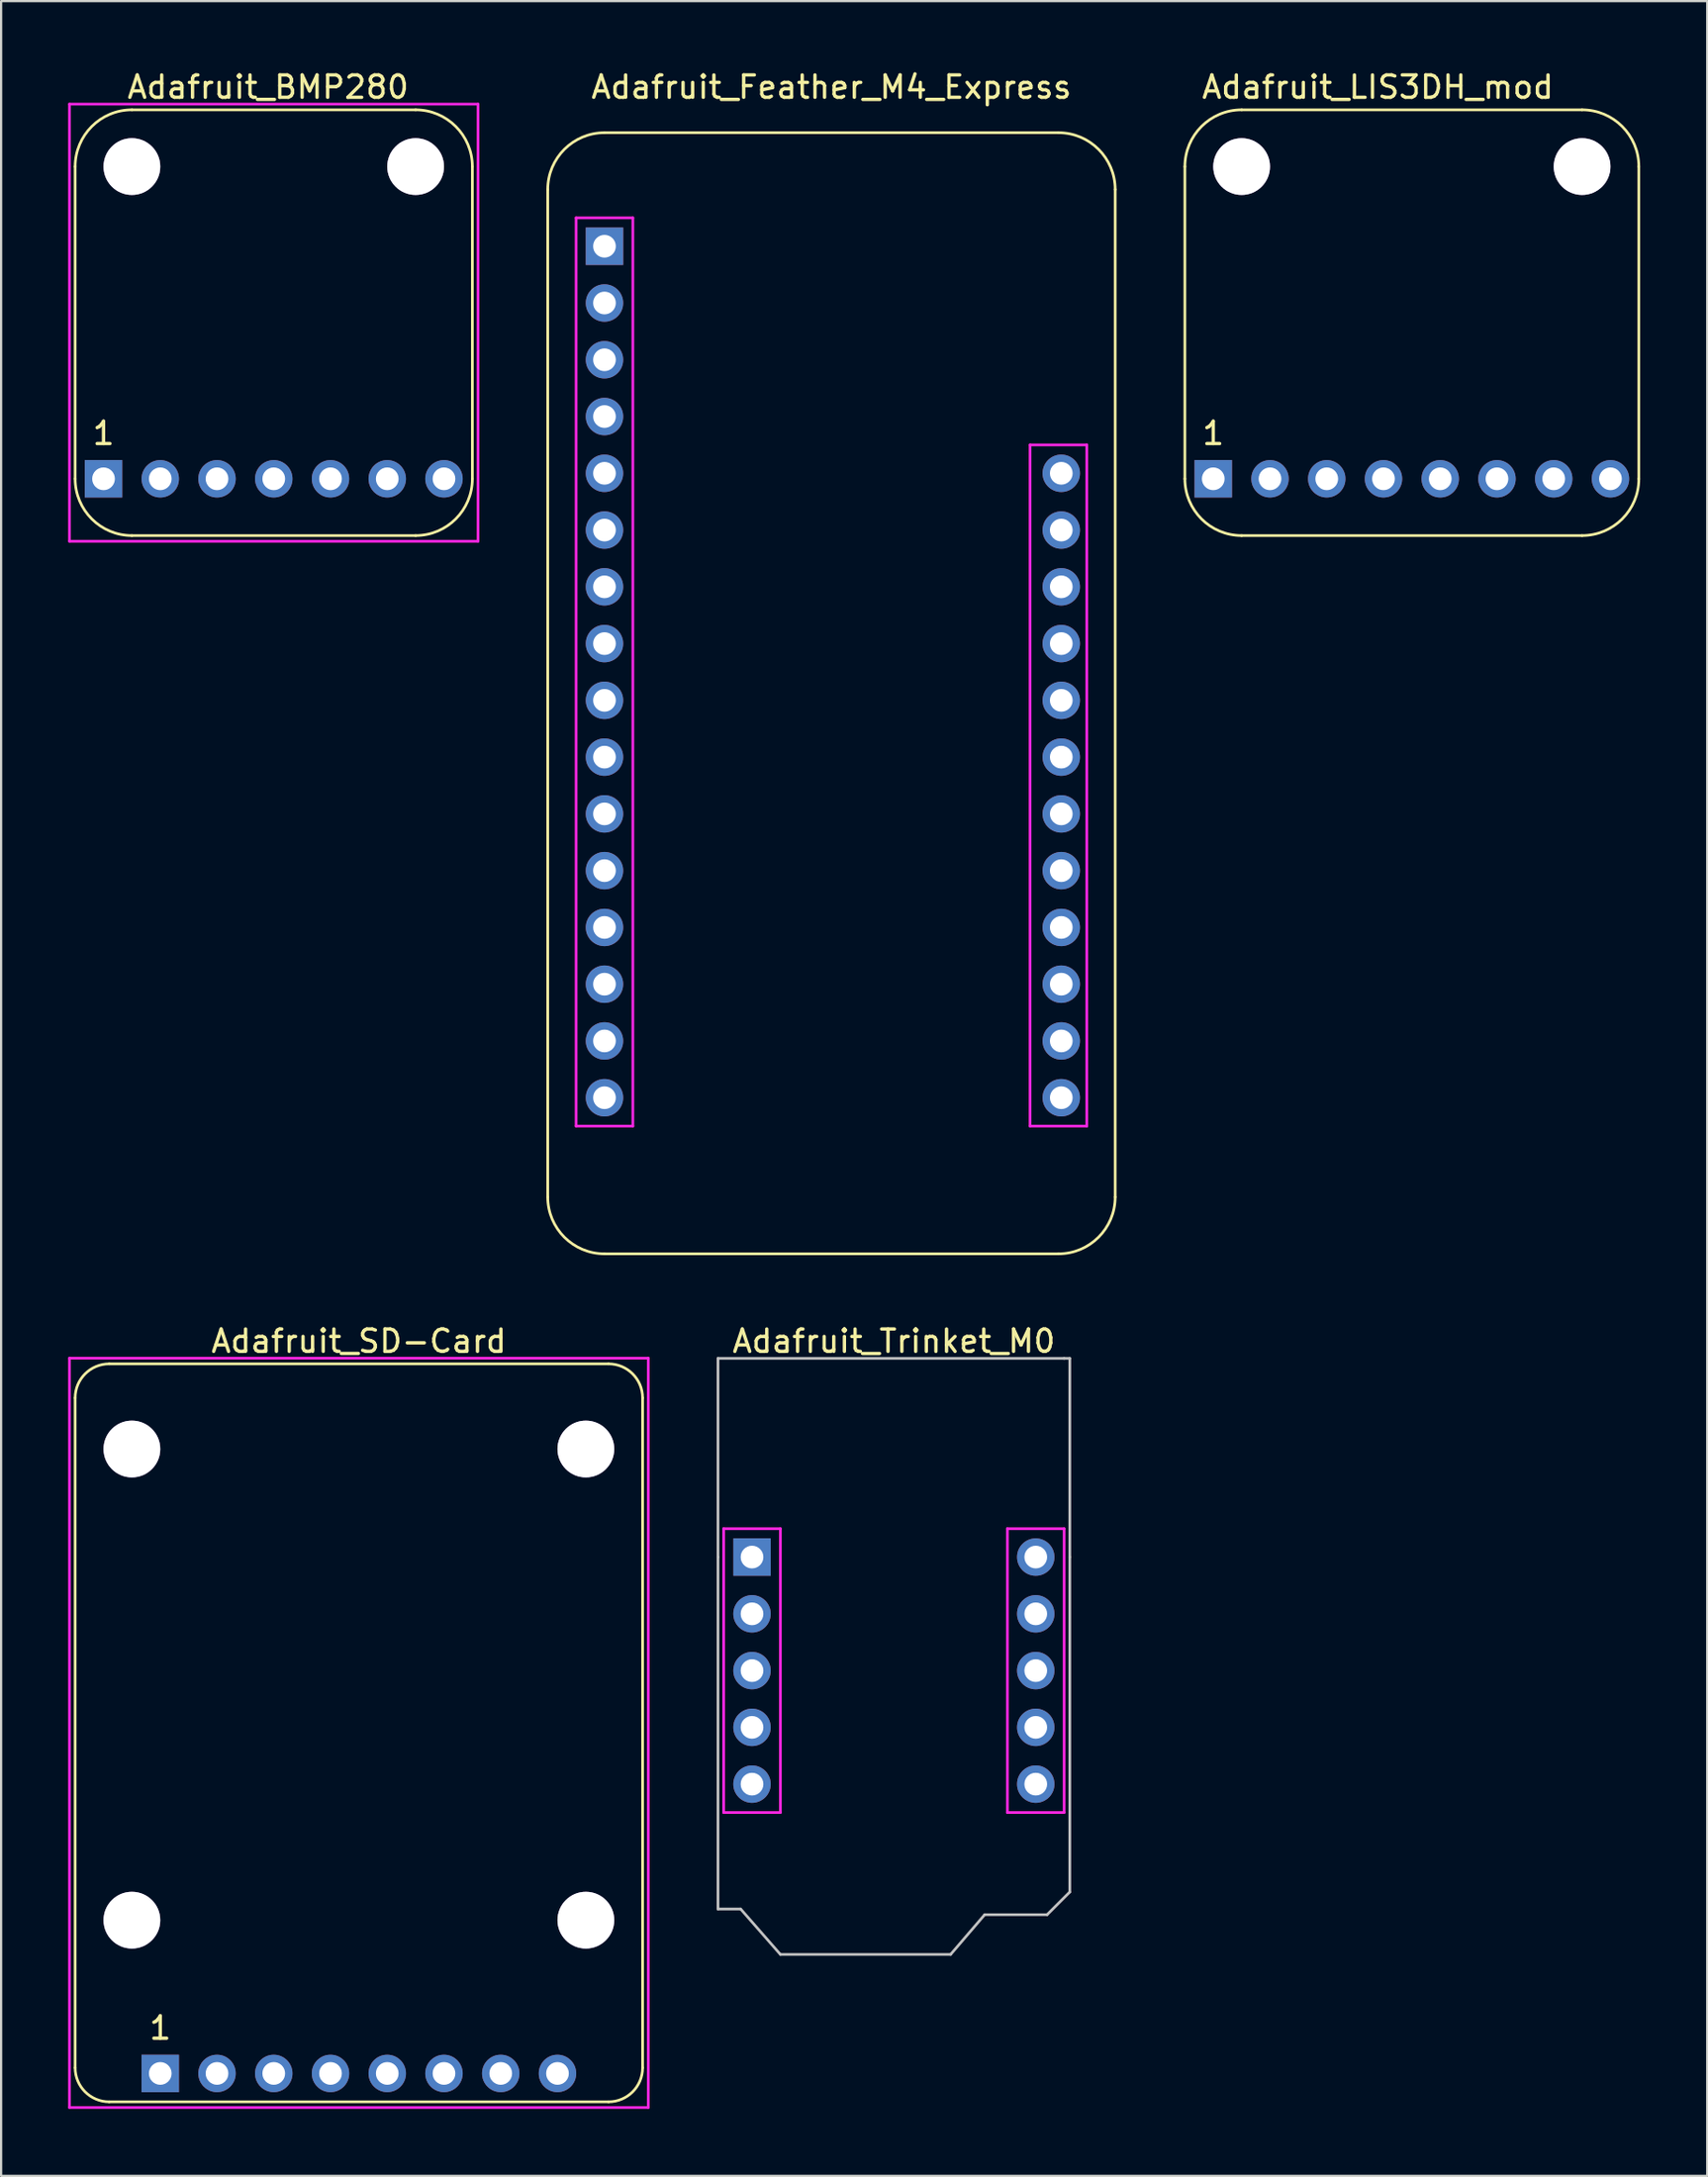
<source format=kicad_pcb>
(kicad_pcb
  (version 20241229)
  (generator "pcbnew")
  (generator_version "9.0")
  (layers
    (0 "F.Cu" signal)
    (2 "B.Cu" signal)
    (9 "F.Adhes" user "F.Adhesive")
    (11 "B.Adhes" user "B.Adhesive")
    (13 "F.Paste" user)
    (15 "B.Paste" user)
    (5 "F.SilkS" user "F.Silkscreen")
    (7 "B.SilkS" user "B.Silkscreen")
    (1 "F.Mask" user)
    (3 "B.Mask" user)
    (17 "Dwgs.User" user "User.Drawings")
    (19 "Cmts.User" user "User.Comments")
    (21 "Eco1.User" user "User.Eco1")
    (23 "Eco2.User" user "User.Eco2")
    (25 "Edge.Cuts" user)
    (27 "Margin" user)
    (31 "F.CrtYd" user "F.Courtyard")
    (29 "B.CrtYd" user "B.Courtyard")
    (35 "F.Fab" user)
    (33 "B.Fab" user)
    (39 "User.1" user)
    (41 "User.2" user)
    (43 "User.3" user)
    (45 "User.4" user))
  (footprint "Adafruit_Trinket_M0"
    (layer "F.Cu")
    (at 36.962 56.462)
    (property "Reference" "Adafruit_Trinket_M0" (at 0 0.5 0) (layer "F.SilkS") (effects (font (size 1 1) (thickness 0.15))))
    (attr through_hole)
    (fp_line (start -7.874 1.27) (end 7.62 1.27) (stroke (width 0.12) (type solid)) (layer "Dwgs.User"))
    (fp_line (start -7.874 10.16) (end -7.874 1.27) (stroke (width 0.12) (type solid)) (layer "Dwgs.User"))
    (fp_line (start -7.874 25.908) (end -7.874 10.16) (stroke (width 0.12) (type solid)) (layer "Dwgs.User"))
    (fp_line (start -6.858 25.908) (end -7.874 25.908) (stroke (width 0.12) (type solid)) (layer "Dwgs.User"))
    (fp_line (start -5.08 27.94) (end -6.858 25.908) (stroke (width 0.12) (type solid)) (layer "Dwgs.User"))
    (fp_line (start -5.08 27.94) (end 2.54 27.94) (stroke (width 0.12) (type solid)) (layer "Dwgs.User"))
    (fp_line (start 2.54 27.94) (end 4.064 26.162) (stroke (width 0.12) (type solid)) (layer "Dwgs.User"))
    (fp_line (start 4.064 26.162) (end 6.858 26.162) (stroke (width 0.12) (type solid)) (layer "Dwgs.User"))
    (fp_line (start 6.858 26.162) (end 7.874 25.146) (stroke (width 0.12) (type solid)) (layer "Dwgs.User"))
    (fp_line (start 7.62 1.27) (end 7.874 1.27) (stroke (width 0.12) (type solid)) (layer "Dwgs.User"))
    (fp_line (start 7.874 1.27) (end 7.874 10.16) (stroke (width 0.12) (type solid)) (layer "Dwgs.User"))
    (fp_line (start 7.874 25.146) (end 7.874 10.16) (stroke (width 0.12) (type solid)) (layer "Dwgs.User"))
    (fp_line (start -7.62 8.89) (end -5.08 8.89) (stroke (width 0.12) (type solid)) (layer "F.CrtYd"))
    (fp_line (start -7.62 21.59) (end -7.62 8.89) (stroke (width 0.12) (type solid)) (layer "F.CrtYd"))
    (fp_line (start -5.08 8.89) (end -5.08 21.59) (stroke (width 0.12) (type solid)) (layer "F.CrtYd"))
    (fp_line (start -5.08 21.59) (end -7.62 21.59) (stroke (width 0.12) (type solid)) (layer "F.CrtYd"))
    (fp_line (start 5.08 8.89) (end 7.62 8.89) (stroke (width 0.12) (type solid)) (layer "F.CrtYd"))
    (fp_line (start 5.08 21.59) (end 5.08 8.89) (stroke (width 0.12) (type solid)) (layer "F.CrtYd"))
    (fp_line (start 7.62 8.89) (end 7.62 21.59) (stroke (width 0.12) (type solid)) (layer "F.CrtYd"))
    (fp_line (start 7.62 21.59) (end 5.08 21.59) (stroke (width 0.12) (type solid)) (layer "F.CrtYd"))
    (pad "1" thru_hole rect (at -6.35 10.16) (size 1.676 1.676) (drill 1.016) (layers "*.Cu" "*.Mask"))
    (pad "2" thru_hole circle (at -6.35 12.7) (size 1.676 1.676) (drill 1.016) (layers "*.Cu" "*.Mask"))
    (pad "3" thru_hole circle (at -6.35 15.24) (size 1.676 1.676) (drill 1.016) (layers "*.Cu" "*.Mask"))
    (pad "4" thru_hole circle (at -6.35 17.78) (size 1.676 1.676) (drill 1.016) (layers "*.Cu" "*.Mask"))
    (pad "5" thru_hole circle (at -6.35 20.32) (size 1.676 1.676) (drill 1.016) (layers "*.Cu" "*.Mask"))
    (pad "6" thru_hole circle (at 6.35 20.32) (size 1.676 1.676) (drill 1.016) (layers "*.Cu" "*.Mask"))
    (pad "7" thru_hole circle (at 6.35 17.78) (size 1.676 1.676) (drill 1.016) (layers "*.Cu" "*.Mask"))
    (pad "8" thru_hole circle (at 6.35 15.24) (size 1.676 1.676) (drill 1.016) (layers "*.Cu" "*.Mask"))
    (pad "9" thru_hole circle (at 6.35 12.7) (size 1.676 1.676) (drill 1.016) (layers "*.Cu" "*.Mask"))
    (pad "10" thru_hole circle (at 6.35 10.16) (size 1.676 1.676) (drill 1.016) (layers "*.Cu" "*.Mask")))
  (footprint "Adafruit_SD-Card"
    (layer "F.Cu")
    (at 0.314 57.977)
    (property "Reference" "Adafruit_SD-Card" (at 12.7 -1.016 0) (layer "F.SilkS") (effects (font (size 1 1) (thickness 0.15))))
    (attr through_hole)
    (fp_line (start 0 31.496) (end 0 1.524) (stroke (width 0.12) (type solid)) (layer "F.SilkS"))
    (fp_line (start 1.524 0) (end 23.876 0) (stroke (width 0.12) (type solid)) (layer "F.SilkS"))
    (fp_line (start 23.876 33.02) (end 1.524 33.02) (stroke (width 0.12) (type solid)) (layer "F.SilkS"))
    (fp_line (start 25.4 1.524) (end 25.4 31.496) (stroke (width 0.12) (type solid)) (layer "F.SilkS"))
    (fp_arc (start 0 1.524) (mid 0.446369 0.446369) (end 1.524 0) (stroke (width 0.12) (type solid)) (layer "F.SilkS"))
    (fp_arc (start 1.524 33.02) (mid 0.446369 32.573631) (end 0 31.496) (stroke (width 0.12) (type solid)) (layer "F.SilkS"))
    (fp_arc (start 23.876 0) (mid 24.953631 0.446369) (end 25.4 1.524) (stroke (width 0.12) (type solid)) (layer "F.SilkS"))
    (fp_arc (start 25.4 31.496) (mid 24.953631 32.573631) (end 23.876 33.02) (stroke (width 0.12) (type solid)) (layer "F.SilkS"))
    (fp_line (start -0.254 -0.254) (end 25.654 -0.254) (stroke (width 0.12) (type solid)) (layer "F.CrtYd"))
    (fp_line (start -0.254 33.274) (end -0.254 -0.254) (stroke (width 0.12) (type solid)) (layer "F.CrtYd"))
    (fp_line (start 25.654 -0.254) (end 25.654 33.274) (stroke (width 0.12) (type solid)) (layer "F.CrtYd"))
    (fp_line (start 25.654 33.274) (end -0.254 33.274) (stroke (width 0.12) (type solid)) (layer "F.CrtYd"))
    (fp_text user "1" (at 3.81 29.718 0) (layer "F.SilkS") (effects (font (size 1 1) (thickness 0.15))))
    (pad "1" thru_hole rect (at 3.81 31.75) (size 1.676 1.676) (drill 1.016) (layers "*.Cu" "*.Mask"))
    (pad "2" thru_hole circle (at 6.35 31.75) (size 1.676 1.676) (drill 1.016) (layers "*.Cu" "*.Mask"))
    (pad "3" thru_hole circle (at 8.89 31.75) (size 1.676 1.676) (drill 1.016) (layers "*.Cu" "*.Mask"))
    (pad "4" thru_hole circle (at 11.43 31.75) (size 1.676 1.676) (drill 1.016) (layers "*.Cu" "*.Mask"))
    (pad "5" thru_hole circle (at 13.97 31.75) (size 1.676 1.676) (drill 1.016) (layers "*.Cu" "*.Mask"))
    (pad "6" thru_hole circle (at 16.51 31.75) (size 1.676 1.676) (drill 1.016) (layers "*.Cu" "*.Mask"))
    (pad "7" thru_hole circle (at 19.05 31.75) (size 1.676 1.676) (drill 1.016) (layers "*.Cu" "*.Mask"))
    (pad "8" thru_hole circle (at 21.59 31.75) (size 1.676 1.676) (drill 1.016) (layers "*.Cu" "*.Mask"))
    (pad "A0" thru_hole circle (at 22.86 3.81) (size 2.54 2.54) (drill 2.54) (layers "*.Cu" "*.Mask"))
    (pad "A1" thru_hole circle (at 22.86 24.892) (size 2.54 2.54) (drill 2.54) (layers "*.Cu" "*.Mask"))
    (pad "A2" thru_hole circle (at 2.54 24.892) (size 2.54 2.54) (drill 2.54) (layers "*.Cu" "*.Mask"))
    (pad "A3" thru_hole circle (at 2.54 3.81) (size 2.54 2.54) (drill 2.54) (layers "*.Cu" "*.Mask")))
  (footprint "Adafruit_Feather_M4_Express"
    (layer "F.Cu")
    (at 34.168 0.348)
    (property "Reference" "Adafruit_Feather_M4_Express" (at 0 0.5 0) (layer "F.SilkS") (effects (font (size 1 1) (thickness 0.15))))
    (attr through_hole)
    (fp_line (start -12.7 50.165) (end -12.7 5.08) (stroke (width 0.12) (type solid)) (layer "F.SilkS"))
    (fp_line (start 10.16 2.54) (end -10.16 2.54) (stroke (width 0.12) (type solid)) (layer "F.SilkS"))
    (fp_line (start 10.16 52.705) (end -10.16 52.705) (stroke (width 0.12) (type solid)) (layer "F.SilkS"))
    (fp_line (start 12.7 5.08) (end 12.7 50.165) (stroke (width 0.12) (type solid)) (layer "F.SilkS"))
    (fp_arc (start -12.7 5.08) (mid -11.956051 3.283949) (end -10.16 2.54) (stroke (width 0.12) (type solid)) (layer "F.SilkS"))
    (fp_arc (start -10.16 52.705) (mid -11.956051 51.961051) (end -12.7 50.165) (stroke (width 0.12) (type solid)) (layer "F.SilkS"))
    (fp_arc (start 10.16 2.54) (mid 11.956051 3.283949) (end 12.7 5.08) (stroke (width 0.12) (type solid)) (layer "F.SilkS"))
    (fp_arc (start 12.7 50.165) (mid 11.956051 51.961051) (end 10.16 52.705) (stroke (width 0.12) (type solid)) (layer "F.SilkS"))
    (fp_line (start -11.43 6.35) (end -8.89 6.35) (stroke (width 0.12) (type solid)) (layer "F.CrtYd"))
    (fp_line (start -11.43 46.99) (end -11.43 6.35) (stroke (width 0.12) (type solid)) (layer "F.CrtYd"))
    (fp_line (start -8.89 6.35) (end -8.89 46.99) (stroke (width 0.12) (type solid)) (layer "F.CrtYd"))
    (fp_line (start -8.89 46.99) (end -11.43 46.99) (stroke (width 0.12) (type solid)) (layer "F.CrtYd"))
    (fp_line (start 8.89 16.51) (end 11.43 16.51) (stroke (width 0.12) (type solid)) (layer "F.CrtYd"))
    (fp_line (start 8.89 46.99) (end 8.89 16.51) (stroke (width 0.12) (type solid)) (layer "F.CrtYd"))
    (fp_line (start 11.43 16.51) (end 11.43 46.99) (stroke (width 0.12) (type solid)) (layer "F.CrtYd"))
    (fp_line (start 11.43 46.99) (end 8.89 46.99) (stroke (width 0.12) (type solid)) (layer "F.CrtYd"))
    (pad "1" thru_hole rect (at -10.16 7.62) (size 1.676 1.676) (drill 1.016) (layers "*.Cu" "*.Mask"))
    (pad "2" thru_hole circle (at -10.16 10.16) (size 1.676 1.676) (drill 1.016) (layers "*.Cu" "*.Mask"))
    (pad "3" thru_hole circle (at -10.16 12.7) (size 1.676 1.676) (drill 1.016) (layers "*.Cu" "*.Mask"))
    (pad "4" thru_hole circle (at -10.16 15.24) (size 1.676 1.676) (drill 1.016) (layers "*.Cu" "*.Mask"))
    (pad "5" thru_hole circle (at -10.16 17.78) (size 1.676 1.676) (drill 1.016) (layers "*.Cu" "*.Mask"))
    (pad "6" thru_hole circle (at -10.16 20.32) (size 1.676 1.676) (drill 1.016) (layers "*.Cu" "*.Mask"))
    (pad "7" thru_hole circle (at -10.16 22.86) (size 1.676 1.676) (drill 1.016) (layers "*.Cu" "*.Mask"))
    (pad "8" thru_hole circle (at -10.16 25.4) (size 1.676 1.676) (drill 1.016) (layers "*.Cu" "*.Mask"))
    (pad "9" thru_hole circle (at -10.16 27.94) (size 1.676 1.676) (drill 1.016) (layers "*.Cu" "*.Mask"))
    (pad "10" thru_hole circle (at -10.16 30.48) (size 1.676 1.676) (drill 1.016) (layers "*.Cu" "*.Mask"))
    (pad "11" thru_hole circle (at -10.16 33.02) (size 1.676 1.676) (drill 1.016) (layers "*.Cu" "*.Mask"))
    (pad "12" thru_hole circle (at -10.16 35.56) (size 1.676 1.676) (drill 1.016) (layers "*.Cu" "*.Mask"))
    (pad "13" thru_hole circle (at -10.16 38.1) (size 1.676 1.676) (drill 1.016) (layers "*.Cu" "*.Mask"))
    (pad "14" thru_hole circle (at -10.16 40.64) (size 1.676 1.676) (drill 1.016) (layers "*.Cu" "*.Mask"))
    (pad "15" thru_hole circle (at -10.16 43.18) (size 1.676 1.676) (drill 1.016) (layers "*.Cu" "*.Mask"))
    (pad "16" thru_hole circle (at -10.16 45.72) (size 1.676 1.676) (drill 1.016) (layers "*.Cu" "*.Mask"))
    (pad "17" thru_hole circle (at 10.287 45.72) (size 1.676 1.676) (drill 1.016) (layers "*.Cu" "*.Mask"))
    (pad "18" thru_hole circle (at 10.287 43.18) (size 1.676 1.676) (drill 1.016) (layers "*.Cu" "*.Mask"))
    (pad "19" thru_hole circle (at 10.287 40.64) (size 1.676 1.676) (drill 1.016) (layers "*.Cu" "*.Mask"))
    (pad "20" thru_hole circle (at 10.287 38.1) (size 1.676 1.676) (drill 1.016) (layers "*.Cu" "*.Mask"))
    (pad "21" thru_hole circle (at 10.287 35.56) (size 1.676 1.676) (drill 1.016) (layers "*.Cu" "*.Mask"))
    (pad "22" thru_hole circle (at 10.287 33.02) (size 1.676 1.676) (drill 1.016) (layers "*.Cu" "*.Mask"))
    (pad "23" thru_hole circle (at 10.287 30.48) (size 1.676 1.676) (drill 1.016) (layers "*.Cu" "*.Mask"))
    (pad "24" thru_hole circle (at 10.287 27.94) (size 1.676 1.676) (drill 1.016) (layers "*.Cu" "*.Mask"))
    (pad "25" thru_hole circle (at 10.287 25.4) (size 1.676 1.676) (drill 1.016) (layers "*.Cu" "*.Mask"))
    (pad "26" thru_hole circle (at 10.287 22.86) (size 1.676 1.676) (drill 1.016) (layers "*.Cu" "*.Mask"))
    (pad "27" thru_hole circle (at 10.287 20.32) (size 1.676 1.676) (drill 1.016) (layers "*.Cu" "*.Mask"))
    (pad "28" thru_hole circle (at 10.287 17.78) (size 1.676 1.676) (drill 1.016) (layers "*.Cu" "*.Mask")))
  (footprint "Adafruit_LIS3DH_mod"
    (layer "F.Cu")
    (at 60.148 11.262)
    (property "Reference" "Adafruit_LIS3DH_mod" (at -1.524 -10.414 0) (layer "F.SilkS") (effects (font (size 1 1) (thickness 0.15))))
    (attr through_hole)
    (fp_line (start -10.16 7.112) (end -10.16 -6.858) (stroke (width 0.12) (type solid)) (layer "F.SilkS"))
    (fp_line (start -7.62 -9.398) (end 7.62 -9.398) (stroke (width 0.12) (type solid)) (layer "F.SilkS"))
    (fp_line (start -7.62 9.652) (end 7.62 9.652) (stroke (width 0.12) (type solid)) (layer "F.SilkS"))
    (fp_line (start 10.16 -6.858) (end 10.16 7.112) (stroke (width 0.12) (type solid)) (layer "F.SilkS"))
    (fp_arc (start -10.16 -6.858) (mid -9.416051 -8.654051) (end -7.62 -9.398) (stroke (width 0.12) (type solid)) (layer "F.SilkS"))
    (fp_arc (start -7.62 9.652) (mid -9.416051 8.908051) (end -10.16 7.112) (stroke (width 0.12) (type solid)) (layer "F.SilkS"))
    (fp_arc (start 7.62 -9.398) (mid 9.416051 -8.654051) (end 10.16 -6.858) (stroke (width 0.12) (type solid)) (layer "F.SilkS"))
    (fp_arc (start 10.16 7.112) (mid 9.416051 8.908051) (end 7.62 9.652) (stroke (width 0.12) (type solid)) (layer "F.SilkS"))
    (fp_text user "1" (at -8.89 5.08 0) (layer "F.SilkS") (effects (font (size 1 1) (thickness 0.15))))
    (pad "1" thru_hole rect (at -8.89 7.112) (size 1.676 1.676) (drill 1.016) (layers "*.Cu" "*.Mask"))
    (pad "2" thru_hole circle (at -6.35 7.112) (size 1.676 1.676) (drill 1.016) (layers "*.Cu" "*.Mask"))
    (pad "3" thru_hole circle (at -3.81 7.112) (size 1.676 1.676) (drill 1.016) (layers "*.Cu" "*.Mask"))
    (pad "4" thru_hole circle (at -1.27 7.112) (size 1.676 1.676) (drill 1.016) (layers "*.Cu" "*.Mask"))
    (pad "5" thru_hole circle (at 1.27 7.112) (size 1.676 1.676) (drill 1.016) (layers "*.Cu" "*.Mask"))
    (pad "6" thru_hole circle (at 3.81 7.112) (size 1.676 1.676) (drill 1.016) (layers "*.Cu" "*.Mask"))
    (pad "7" thru_hole circle (at 6.35 7.112) (size 1.676 1.676) (drill 1.016) (layers "*.Cu" "*.Mask"))
    (pad "8" thru_hole circle (at 8.89 7.112) (size 1.676 1.676) (drill 1.016) (layers "*.Cu" "*.Mask"))
    (pad "A1" thru_hole circle (at -7.62 -6.858) (size 2.54 2.54) (drill 2.54) (layers "*.Cu" "*.Mask"))
    (pad "A2" thru_hole circle (at 7.62 -6.858) (size 2.54 2.54) (drill 2.54) (layers "*.Cu" "*.Mask")))
  (footprint "Adafruit_BMP280"
    (layer "F.Cu")
    (at 9.204 11.262)
    (property "Reference" "Adafruit_BMP280" (at -0.254 -10.414 0) (layer "F.SilkS") (effects (font (size 1 1) (thickness 0.15))))
    (attr through_hole)
    (fp_line (start -8.89 7.112) (end -8.89 -6.858) (stroke (width 0.12) (type solid)) (layer "F.SilkS"))
    (fp_line (start -6.35 -9.398) (end 6.35 -9.398) (stroke (width 0.12) (type solid)) (layer "F.SilkS"))
    (fp_line (start -6.35 9.652) (end 6.35 9.652) (stroke (width 0.12) (type solid)) (layer "F.SilkS"))
    (fp_line (start 8.89 -6.858) (end 8.89 7.112) (stroke (width 0.12) (type solid)) (layer "F.SilkS"))
    (fp_arc (start -8.89 -6.858) (mid -8.146051 -8.654051) (end -6.35 -9.398) (stroke (width 0.12) (type solid)) (layer "F.SilkS"))
    (fp_arc (start -6.35 9.652) (mid -8.146051 8.908051) (end -8.89 7.112) (stroke (width 0.12) (type solid)) (layer "F.SilkS"))
    (fp_arc (start 6.35 -9.398) (mid 8.146051 -8.654051) (end 8.89 -6.858) (stroke (width 0.12) (type solid)) (layer "F.SilkS"))
    (fp_arc (start 8.89 7.112) (mid 8.146051 8.908051) (end 6.35 9.652) (stroke (width 0.12) (type solid)) (layer "F.SilkS"))
    (fp_line (start -9.144 -9.652) (end 9.144 -9.652) (stroke (width 0.12) (type solid)) (layer "F.CrtYd"))
    (fp_line (start -9.144 9.906) (end -9.144 -9.652) (stroke (width 0.12) (type solid)) (layer "F.CrtYd"))
    (fp_line (start 9.144 -9.652) (end 9.144 9.906) (stroke (width 0.12) (type solid)) (layer "F.CrtYd"))
    (fp_line (start 9.144 9.906) (end -9.144 9.906) (stroke (width 0.12) (type solid)) (layer "F.CrtYd"))
    (fp_text user "1" (at -7.62 5.08 0) (layer "F.SilkS") (effects (font (size 1 1) (thickness 0.15))))
    (pad "1" thru_hole rect (at -7.62 7.112) (size 1.676 1.676) (drill 1.016) (layers "*.Cu" "*.Mask"))
    (pad "2" thru_hole circle (at -5.08 7.112) (size 1.676 1.676) (drill 1.016) (layers "*.Cu" "*.Mask"))
    (pad "3" thru_hole circle (at -2.54 7.112) (size 1.676 1.676) (drill 1.016) (layers "*.Cu" "*.Mask"))
    (pad "4" thru_hole circle (at 0 7.112) (size 1.676 1.676) (drill 1.016) (layers "*.Cu" "*.Mask"))
    (pad "5" thru_hole circle (at 2.54 7.112) (size 1.676 1.676) (drill 1.016) (layers "*.Cu" "*.Mask"))
    (pad "6" thru_hole circle (at 5.08 7.112) (size 1.676 1.676) (drill 1.016) (layers "*.Cu" "*.Mask"))
    (pad "7" thru_hole circle (at 7.62 7.112) (size 1.676 1.676) (drill 1.016) (layers "*.Cu" "*.Mask"))
    (pad "A1" thru_hole circle (at -6.35 -6.858) (size 2.54 2.54) (drill 2.54) (layers "*.Cu" "*.Mask"))
    (pad "A2" thru_hole circle (at 6.35 -6.858) (size 2.54 2.54) (drill 2.54) (layers "*.Cu" "*.Mask")))
  (gr_rect
    (start -3 -3)
    (end 73.368 94.311)
    (stroke (width 0.1) (type default))
    (fill no)
    (layer "Edge.Cuts")))
</source>
